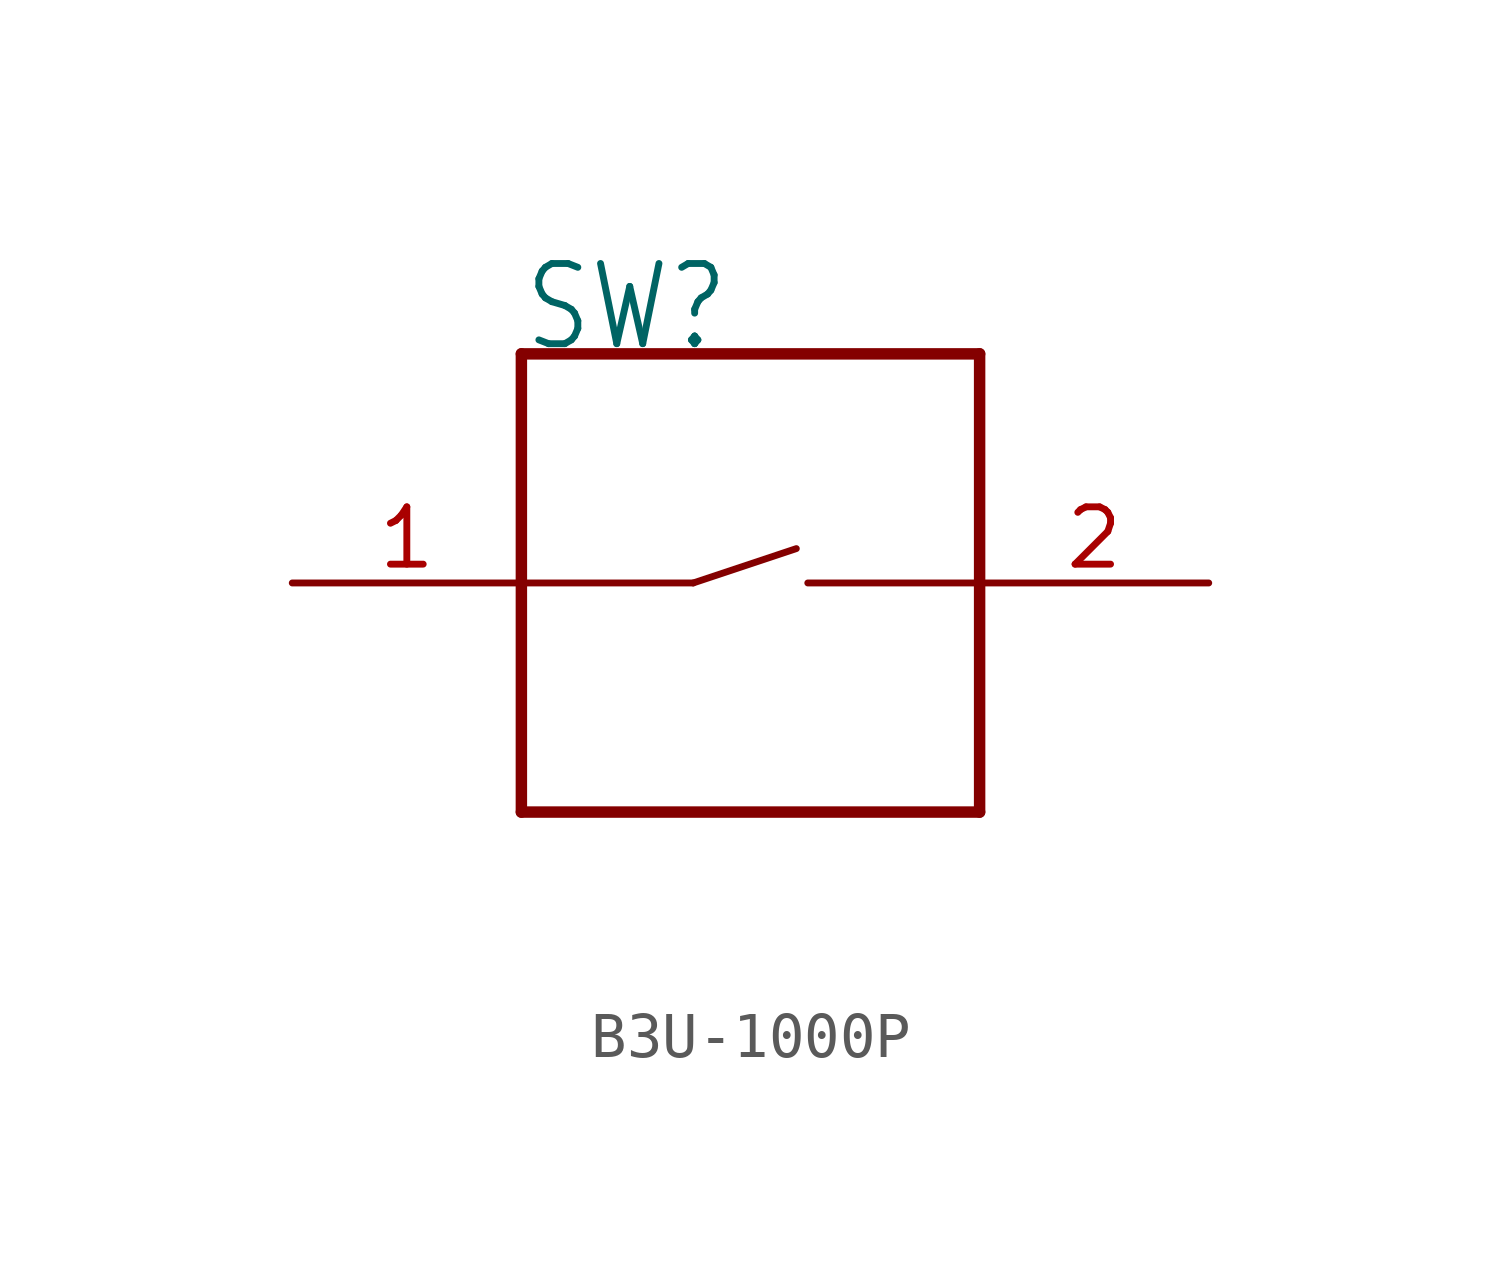
<source format=kicad_sym>
(kicad_symbol_lib
  (version 20220914)
  (generator kicad_symbol_editor)
  (symbol "B3U-1000P"
    (property "Reference" "SW"
      (at -5.08 5.08 0)
      (effects (font (size 1.778 1.511)) (justify left bottom)))
    (property "Value" ""
      (at -5.08 -7.62 0)
      (effects (font (size 1.778 1.511)) (justify left bottom)))
    (property "ki_locked" ""
      (at 0 0 0)
      (effects (font (size 1.27 1.27))))
    (symbol "B3U-1000P_1_0"
      (polyline (pts (xy -5.08 -5.08) (xy -5.08 0)) (stroke (width 0.254) (type solid)) (fill (type none)))
      (polyline (pts (xy -5.08 0) (xy -5.08 5.08)) (stroke (width 0.254) (type solid)) (fill (type none)))
      (polyline (pts (xy -5.08 0) (xy -1.27 0)) (stroke (width 0.152) (type solid)) (fill (type none)))
      (polyline (pts (xy -5.08 5.08) (xy 5.08 5.08)) (stroke (width 0.254) (type solid)) (fill (type none)))
      (polyline (pts (xy -1.27 0) (xy 1.016 0.762)) (stroke (width 0.152) (type solid)) (fill (type none)))
      (polyline (pts (xy 5.08 -5.08) (xy -5.08 -5.08)) (stroke (width 0.254) (type solid)) (fill (type none)))
      (polyline (pts (xy 5.08 0) (xy 1.27 0)) (stroke (width 0.152) (type solid)) (fill (type none)))
      (polyline (pts (xy 5.08 0) (xy 5.08 -5.08)) (stroke (width 0.254) (type solid)) (fill (type none)))
      (polyline (pts (xy 5.08 5.08) (xy 5.08 0)) (stroke (width 0.254) (type solid)) (fill (type none)))
      (pin passive line (at -10.16 0 0) (length 5.08) (name "1" (effects (font (size 0 0)))) (number "1" (effects (font (size 1.27 1.27)))))
      (pin passive line (at 10.16 0 180) (length 5.08) (name "2" (effects (font (size 0 0)))) (number "2" (effects (font (size 1.27 1.27))))))))
</source>
